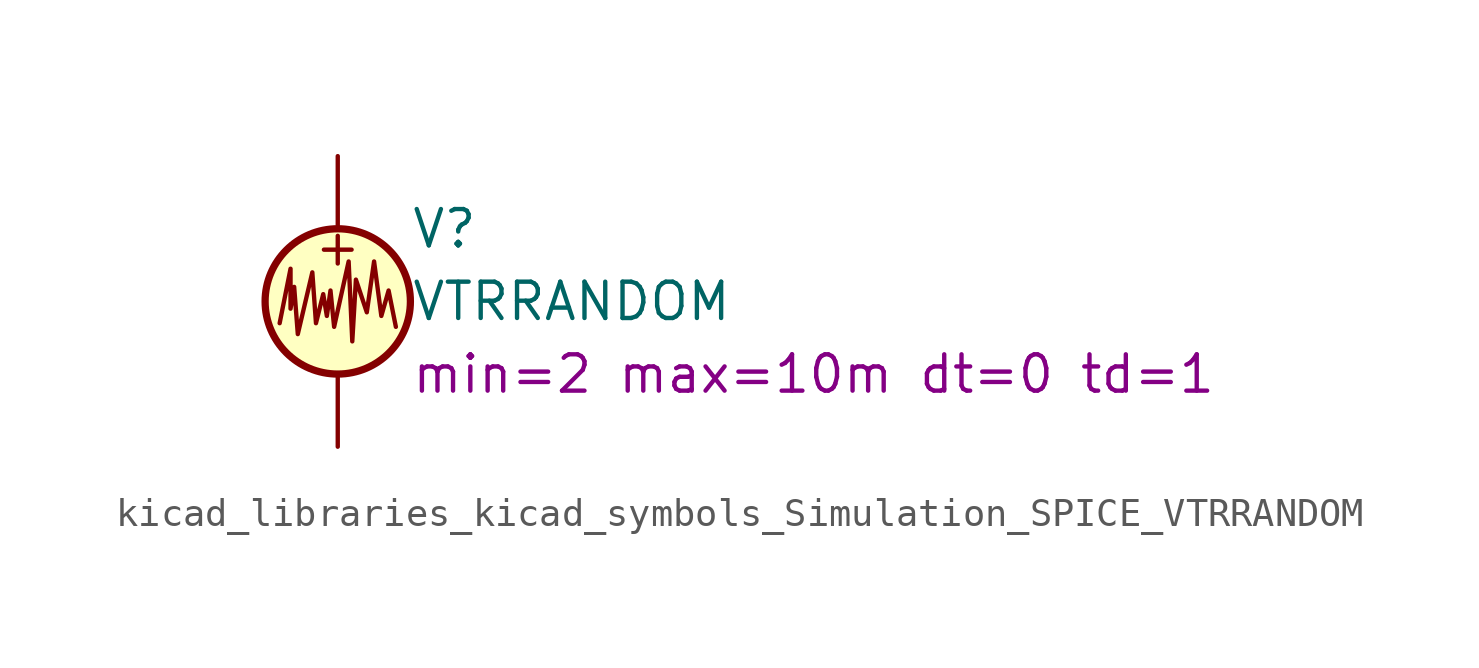
<source format=kicad_sym>
(kicad_symbol_lib
  (version 20220914)
  (generator kicad_symbol_editor)
  (symbol "kicad_libraries_kicad_symbols_Simulation_SPICE_VTRRANDOM"
    (pin_numbers hide)
    (pin_names
      (offset 0.025))
    (property "Reference" "V"
      (at 2.54 2.54 0)
      (effects (font (size 1.27 1.27)) (justify left)))
    (property "Value" "VTRRANDOM"
      (at 2.54 0 0)
      (effects (font (size 1.27 1.27)) (justify left)))
    (property "Sim.Params" "min=2 max=10m dt=0 td=1"
      (at 2.54 -2.54 0)
      (effects (font (size 1.27 1.27)) (justify left)))
    (symbol "kicad_libraries_kicad_symbols_Simulation_SPICE_VTRRANDOM_0_0"
      (text "+" (at 0 1.905 0) (effects (font (size 1.27 1.27)))))
    (symbol "kicad_libraries_kicad_symbols_Simulation_SPICE_VTRRANDOM_0_1"
      (polyline (pts (xy -2.032 -0.762) (xy -1.651 1.143) (xy -1.651 -0.254) (xy -1.524 0.508) (xy -1.397 -1.143) (xy -0.889 1.016) (xy -0.762 -0.762) (xy -0.508 0.254) (xy -0.381 -0.508) (xy -0.254 0.381) (xy -0.127 -0.889) (xy 0.381 1.397) (xy 0.508 -1.397) (xy 0.635 0.762) (xy 1.016 -0.381) (xy 1.27 1.397) (xy 1.524 -0.508) (xy 1.778 0.381) (xy 2.032 -0.889)) (stroke (width 0) (type default)) (fill (type none)))
      (circle (center 0 0) (radius 2.54) (stroke (width 0.254) (type default)) (fill (type background))))
    (symbol "kicad_libraries_kicad_symbols_Simulation_SPICE_VTRRANDOM_1_1"
      (pin passive line (at 0 5.08 270) (length 2.54) (name "~" (effects (font (size 1.27 1.27)))) (number "1" (effects (font (size 1.27 1.27)))))
      (pin passive line (at 0 -5.08 90) (length 2.54) (name "~" (effects (font (size 1.27 1.27)))) (number "2" (effects (font (size 1.27 1.27))))))))
</source>
